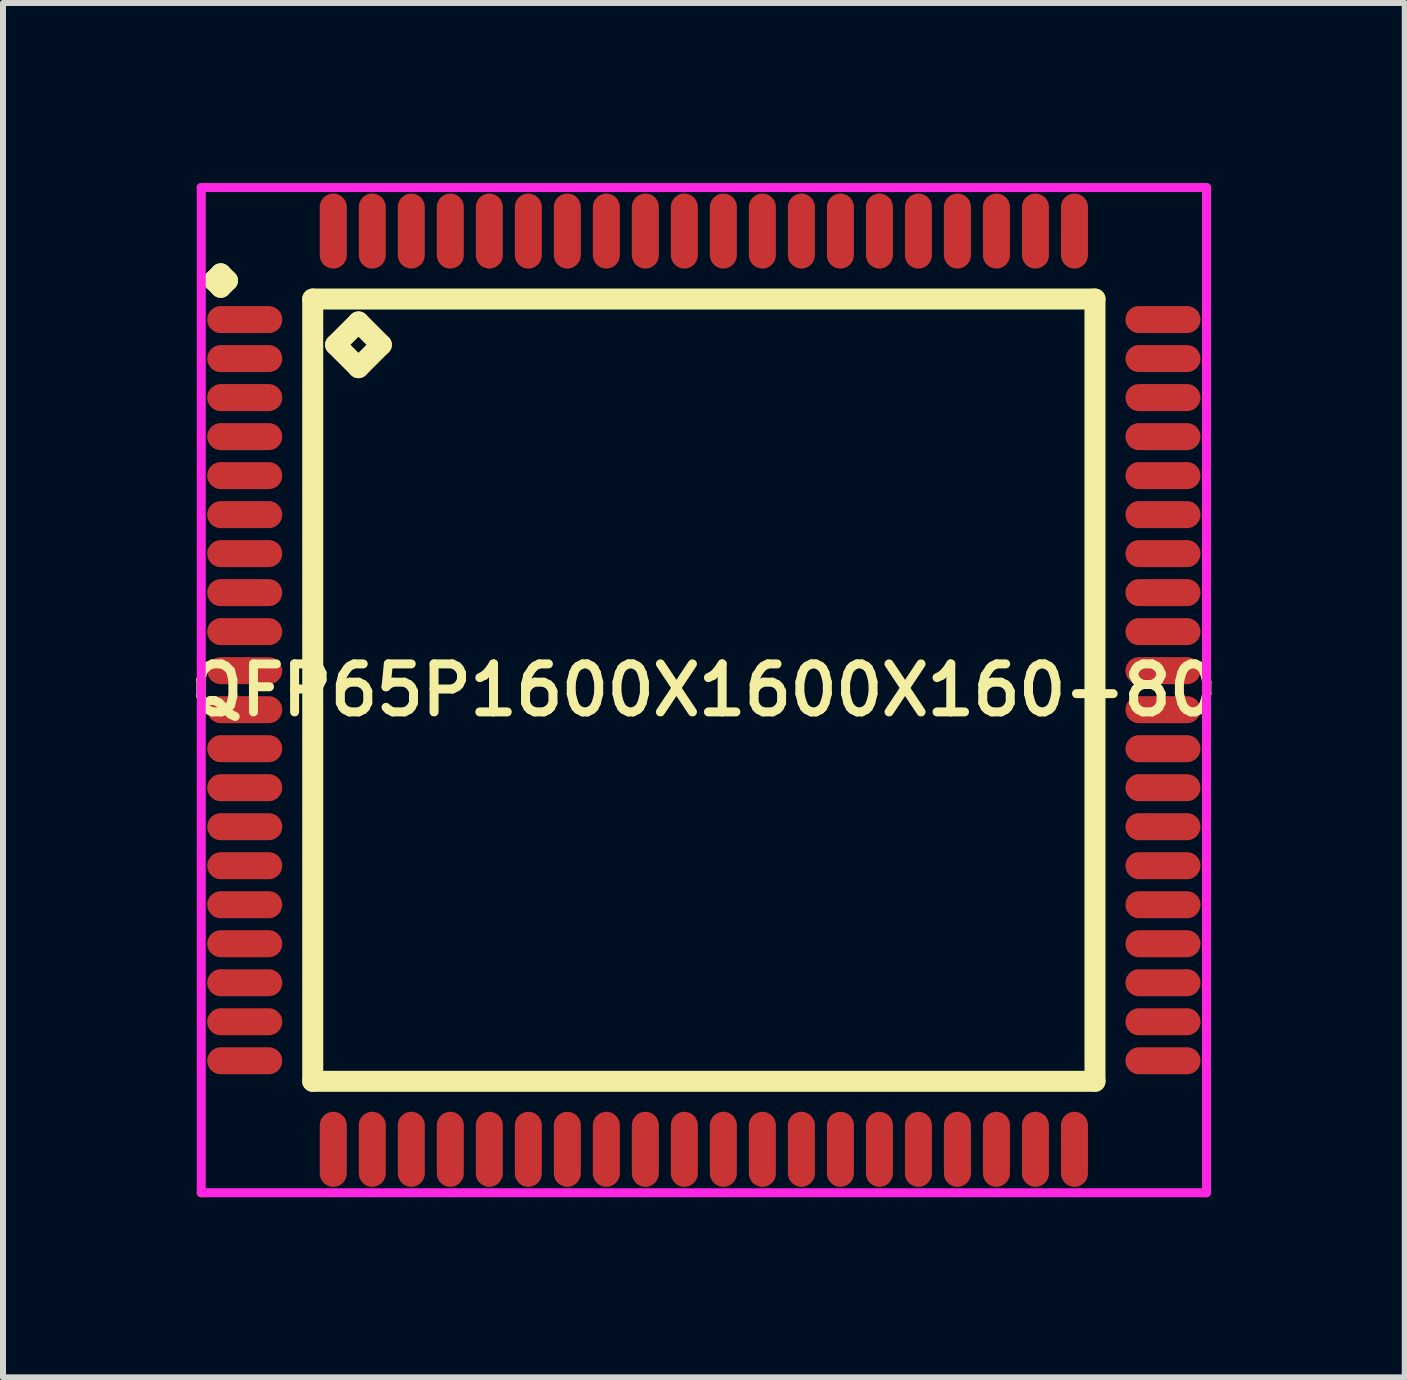
<source format=kicad_pcb>
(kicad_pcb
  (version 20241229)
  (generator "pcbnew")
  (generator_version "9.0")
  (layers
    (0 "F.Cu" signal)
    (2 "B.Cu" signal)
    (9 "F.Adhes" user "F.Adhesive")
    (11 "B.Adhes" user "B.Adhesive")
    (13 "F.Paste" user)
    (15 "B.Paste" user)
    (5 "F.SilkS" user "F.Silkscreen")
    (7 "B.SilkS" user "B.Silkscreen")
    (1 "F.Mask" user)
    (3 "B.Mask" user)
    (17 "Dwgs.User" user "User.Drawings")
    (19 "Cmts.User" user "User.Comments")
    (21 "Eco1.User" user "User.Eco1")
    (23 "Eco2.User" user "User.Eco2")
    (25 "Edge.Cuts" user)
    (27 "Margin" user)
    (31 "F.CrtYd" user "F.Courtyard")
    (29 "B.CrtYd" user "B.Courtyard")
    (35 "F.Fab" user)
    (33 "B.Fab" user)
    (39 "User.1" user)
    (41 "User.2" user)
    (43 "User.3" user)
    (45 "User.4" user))
  (footprint "QFP65P1600X1600X160-80"
    (layer "F.Cu")
    (at 8.678 8.45)
    (property "Reference" "QFP65P1600X1600X160-80" (at 0 0 0) (layer "F.SilkS") (effects (font (size 0.8 0.8) (thickness 0.15))))
    (attr through_hole)
    (fp_line (start -8.162 -6.825) (end -8.05 -6.938) (stroke (width 0.35) (type solid)) (layer "F.SilkS"))
    (fp_line (start -8.05 -6.938) (end -7.938 -6.825) (stroke (width 0.35) (type solid)) (layer "F.SilkS"))
    (fp_line (start -8.05 -6.713) (end -8.162 -6.825) (stroke (width 0.35) (type solid)) (layer "F.SilkS"))
    (fp_line (start -7.938 -6.825) (end -8.05 -6.713) (stroke (width 0.35) (type solid)) (layer "F.SilkS"))
    (fp_line (start -6.517 -6.517) (end -6.517 6.517) (stroke (width 0.35) (type solid)) (layer "F.SilkS"))
    (fp_line (start -6.517 6.517) (end 6.517 6.517) (stroke (width 0.35) (type solid)) (layer "F.SilkS"))
    (fp_line (start -6.136 -5.755) (end -5.755 -6.136) (stroke (width 0.35) (type solid)) (layer "F.SilkS"))
    (fp_line (start -5.755 -6.136) (end -5.374 -5.755) (stroke (width 0.35) (type solid)) (layer "F.SilkS"))
    (fp_line (start -5.755 -5.374) (end -6.136 -5.755) (stroke (width 0.35) (type solid)) (layer "F.SilkS"))
    (fp_line (start -5.374 -5.755) (end -5.755 -5.374) (stroke (width 0.35) (type solid)) (layer "F.SilkS"))
    (fp_line (start 6.517 -6.517) (end -6.517 -6.517) (stroke (width 0.35) (type solid)) (layer "F.SilkS"))
    (fp_line (start 6.517 6.517) (end 6.517 -6.517) (stroke (width 0.35) (type solid)) (layer "F.SilkS"))
    (fp_line (start -8.375 -8.375) (end 8.375 -8.375) (stroke (width 0.15) (type solid)) (layer "F.CrtYd"))
    (fp_line (start -8.375 8.375) (end -8.375 -8.375) (stroke (width 0.15) (type solid)) (layer "F.CrtYd"))
    (fp_line (start 8.375 -8.375) (end 8.375 8.375) (stroke (width 0.15) (type solid)) (layer "F.CrtYd"))
    (fp_line (start 8.375 8.375) (end -8.375 8.375) (stroke (width 0.15) (type solid)) (layer "F.CrtYd"))
    (pad "1" smd oval (at -7.65 -6.175) (size 1.25 0.45) (layers "F.Cu" "F.Mask" "F.Paste"))
    (pad "2" smd oval (at -7.65 -5.525) (size 1.25 0.45) (layers "F.Cu" "F.Mask" "F.Paste"))
    (pad "3" smd oval (at -7.65 -4.875) (size 1.25 0.45) (layers "F.Cu" "F.Mask" "F.Paste"))
    (pad "4" smd oval (at -7.65 -4.225) (size 1.25 0.45) (layers "F.Cu" "F.Mask" "F.Paste"))
    (pad "5" smd oval (at -7.65 -3.575) (size 1.25 0.45) (layers "F.Cu" "F.Mask" "F.Paste"))
    (pad "6" smd oval (at -7.65 -2.925) (size 1.25 0.45) (layers "F.Cu" "F.Mask" "F.Paste"))
    (pad "7" smd oval (at -7.65 -2.275) (size 1.25 0.45) (layers "F.Cu" "F.Mask" "F.Paste"))
    (pad "8" smd oval (at -7.65 -1.625) (size 1.25 0.45) (layers "F.Cu" "F.Mask" "F.Paste"))
    (pad "9" smd oval (at -7.65 -0.975) (size 1.25 0.45) (layers "F.Cu" "F.Mask" "F.Paste"))
    (pad "10" smd oval (at -7.65 -0.325) (size 1.25 0.45) (layers "F.Cu" "F.Mask" "F.Paste"))
    (pad "11" smd oval (at -7.65 0.325) (size 1.25 0.45) (layers "F.Cu" "F.Mask" "F.Paste"))
    (pad "12" smd oval (at -7.65 0.975) (size 1.25 0.45) (layers "F.Cu" "F.Mask" "F.Paste"))
    (pad "13" smd oval (at -7.65 1.625) (size 1.25 0.45) (layers "F.Cu" "F.Mask" "F.Paste"))
    (pad "14" smd oval (at -7.65 2.275) (size 1.25 0.45) (layers "F.Cu" "F.Mask" "F.Paste"))
    (pad "15" smd oval (at -7.65 2.925) (size 1.25 0.45) (layers "F.Cu" "F.Mask" "F.Paste"))
    (pad "16" smd oval (at -7.65 3.575) (size 1.25 0.45) (layers "F.Cu" "F.Mask" "F.Paste"))
    (pad "17" smd oval (at -7.65 4.225) (size 1.25 0.45) (layers "F.Cu" "F.Mask" "F.Paste"))
    (pad "18" smd oval (at -7.65 4.875) (size 1.25 0.45) (layers "F.Cu" "F.Mask" "F.Paste"))
    (pad "19" smd oval (at -7.65 5.525) (size 1.25 0.45) (layers "F.Cu" "F.Mask" "F.Paste"))
    (pad "20" smd oval (at -7.65 6.175) (size 1.25 0.45) (layers "F.Cu" "F.Mask" "F.Paste"))
    (pad "21" smd oval (at -6.175 7.65) (size 0.45 1.25) (layers "F.Cu" "F.Mask" "F.Paste"))
    (pad "22" smd oval (at -5.525 7.65) (size 0.45 1.25) (layers "F.Cu" "F.Mask" "F.Paste"))
    (pad "23" smd oval (at -4.875 7.65) (size 0.45 1.25) (layers "F.Cu" "F.Mask" "F.Paste"))
    (pad "24" smd oval (at -4.225 7.65) (size 0.45 1.25) (layers "F.Cu" "F.Mask" "F.Paste"))
    (pad "25" smd oval (at -3.575 7.65) (size 0.45 1.25) (layers "F.Cu" "F.Mask" "F.Paste"))
    (pad "26" smd oval (at -2.925 7.65) (size 0.45 1.25) (layers "F.Cu" "F.Mask" "F.Paste"))
    (pad "27" smd oval (at -2.275 7.65) (size 0.45 1.25) (layers "F.Cu" "F.Mask" "F.Paste"))
    (pad "28" smd oval (at -1.625 7.65) (size 0.45 1.25) (layers "F.Cu" "F.Mask" "F.Paste"))
    (pad "29" smd oval (at -0.975 7.65) (size 0.45 1.25) (layers "F.Cu" "F.Mask" "F.Paste"))
    (pad "30" smd oval (at -0.325 7.65) (size 0.45 1.25) (layers "F.Cu" "F.Mask" "F.Paste"))
    (pad "31" smd oval (at 0.325 7.65) (size 0.45 1.25) (layers "F.Cu" "F.Mask" "F.Paste"))
    (pad "32" smd oval (at 0.975 7.65) (size 0.45 1.25) (layers "F.Cu" "F.Mask" "F.Paste"))
    (pad "33" smd oval (at 1.625 7.65) (size 0.45 1.25) (layers "F.Cu" "F.Mask" "F.Paste"))
    (pad "34" smd oval (at 2.275 7.65) (size 0.45 1.25) (layers "F.Cu" "F.Mask" "F.Paste"))
    (pad "35" smd oval (at 2.925 7.65) (size 0.45 1.25) (layers "F.Cu" "F.Mask" "F.Paste"))
    (pad "36" smd oval (at 3.575 7.65) (size 0.45 1.25) (layers "F.Cu" "F.Mask" "F.Paste"))
    (pad "37" smd oval (at 4.225 7.65) (size 0.45 1.25) (layers "F.Cu" "F.Mask" "F.Paste"))
    (pad "38" smd oval (at 4.875 7.65) (size 0.45 1.25) (layers "F.Cu" "F.Mask" "F.Paste"))
    (pad "39" smd oval (at 5.525 7.65) (size 0.45 1.25) (layers "F.Cu" "F.Mask" "F.Paste"))
    (pad "40" smd oval (at 6.175 7.65) (size 0.45 1.25) (layers "F.Cu" "F.Mask" "F.Paste"))
    (pad "41" smd oval (at 7.65 6.175) (size 1.25 0.45) (layers "F.Cu" "F.Mask" "F.Paste"))
    (pad "42" smd oval (at 7.65 5.525) (size 1.25 0.45) (layers "F.Cu" "F.Mask" "F.Paste"))
    (pad "43" smd oval (at 7.65 4.875) (size 1.25 0.45) (layers "F.Cu" "F.Mask" "F.Paste"))
    (pad "44" smd oval (at 7.65 4.225) (size 1.25 0.45) (layers "F.Cu" "F.Mask" "F.Paste"))
    (pad "45" smd oval (at 7.65 3.575) (size 1.25 0.45) (layers "F.Cu" "F.Mask" "F.Paste"))
    (pad "46" smd oval (at 7.65 2.925) (size 1.25 0.45) (layers "F.Cu" "F.Mask" "F.Paste"))
    (pad "47" smd oval (at 7.65 2.275) (size 1.25 0.45) (layers "F.Cu" "F.Mask" "F.Paste"))
    (pad "48" smd oval (at 7.65 1.625) (size 1.25 0.45) (layers "F.Cu" "F.Mask" "F.Paste"))
    (pad "49" smd oval (at 7.65 0.975) (size 1.25 0.45) (layers "F.Cu" "F.Mask" "F.Paste"))
    (pad "50" smd oval (at 7.65 0.325) (size 1.25 0.45) (layers "F.Cu" "F.Mask" "F.Paste"))
    (pad "51" smd oval (at 7.65 -0.325) (size 1.25 0.45) (layers "F.Cu" "F.Mask" "F.Paste"))
    (pad "52" smd oval (at 7.65 -0.975) (size 1.25 0.45) (layers "F.Cu" "F.Mask" "F.Paste"))
    (pad "53" smd oval (at 7.65 -1.625) (size 1.25 0.45) (layers "F.Cu" "F.Mask" "F.Paste"))
    (pad "54" smd oval (at 7.65 -2.275) (size 1.25 0.45) (layers "F.Cu" "F.Mask" "F.Paste"))
    (pad "55" smd oval (at 7.65 -2.925) (size 1.25 0.45) (layers "F.Cu" "F.Mask" "F.Paste"))
    (pad "56" smd oval (at 7.65 -3.575) (size 1.25 0.45) (layers "F.Cu" "F.Mask" "F.Paste"))
    (pad "57" smd oval (at 7.65 -4.225) (size 1.25 0.45) (layers "F.Cu" "F.Mask" "F.Paste"))
    (pad "58" smd oval (at 7.65 -4.875) (size 1.25 0.45) (layers "F.Cu" "F.Mask" "F.Paste"))
    (pad "59" smd oval (at 7.65 -5.525) (size 1.25 0.45) (layers "F.Cu" "F.Mask" "F.Paste"))
    (pad "60" smd oval (at 7.65 -6.175) (size 1.25 0.45) (layers "F.Cu" "F.Mask" "F.Paste"))
    (pad "61" smd oval (at 6.175 -7.65) (size 0.45 1.25) (layers "F.Cu" "F.Mask" "F.Paste"))
    (pad "62" smd oval (at 5.525 -7.65) (size 0.45 1.25) (layers "F.Cu" "F.Mask" "F.Paste"))
    (pad "63" smd oval (at 4.875 -7.65) (size 0.45 1.25) (layers "F.Cu" "F.Mask" "F.Paste"))
    (pad "64" smd oval (at 4.225 -7.65) (size 0.45 1.25) (layers "F.Cu" "F.Mask" "F.Paste"))
    (pad "65" smd oval (at 3.575 -7.65) (size 0.45 1.25) (layers "F.Cu" "F.Mask" "F.Paste"))
    (pad "66" smd oval (at 2.925 -7.65) (size 0.45 1.25) (layers "F.Cu" "F.Mask" "F.Paste"))
    (pad "67" smd oval (at 2.275 -7.65) (size 0.45 1.25) (layers "F.Cu" "F.Mask" "F.Paste"))
    (pad "68" smd oval (at 1.625 -7.65) (size 0.45 1.25) (layers "F.Cu" "F.Mask" "F.Paste"))
    (pad "69" smd oval (at 0.975 -7.65) (size 0.45 1.25) (layers "F.Cu" "F.Mask" "F.Paste"))
    (pad "70" smd oval (at 0.325 -7.65) (size 0.45 1.25) (layers "F.Cu" "F.Mask" "F.Paste"))
    (pad "71" smd oval (at -0.325 -7.65) (size 0.45 1.25) (layers "F.Cu" "F.Mask" "F.Paste"))
    (pad "72" smd oval (at -0.975 -7.65) (size 0.45 1.25) (layers "F.Cu" "F.Mask" "F.Paste"))
    (pad "73" smd oval (at -1.625 -7.65) (size 0.45 1.25) (layers "F.Cu" "F.Mask" "F.Paste"))
    (pad "74" smd oval (at -2.275 -7.65) (size 0.45 1.25) (layers "F.Cu" "F.Mask" "F.Paste"))
    (pad "75" smd oval (at -2.925 -7.65) (size 0.45 1.25) (layers "F.Cu" "F.Mask" "F.Paste"))
    (pad "76" smd oval (at -3.575 -7.65) (size 0.45 1.25) (layers "F.Cu" "F.Mask" "F.Paste"))
    (pad "77" smd oval (at -4.225 -7.65) (size 0.45 1.25) (layers "F.Cu" "F.Mask" "F.Paste"))
    (pad "78" smd oval (at -4.875 -7.65) (size 0.45 1.25) (layers "F.Cu" "F.Mask" "F.Paste"))
    (pad "79" smd oval (at -5.525 -7.65) (size 0.45 1.25) (layers "F.Cu" "F.Mask" "F.Paste"))
    (pad "80" smd oval (at -6.175 -7.65) (size 0.45 1.25) (layers "F.Cu" "F.Mask" "F.Paste")))
  (gr_rect
    (start -3 -3)
    (end 20.357 19.9)
    (stroke (width 0.1) (type default))
    (fill no)
    (layer "Edge.Cuts")))
</source>
